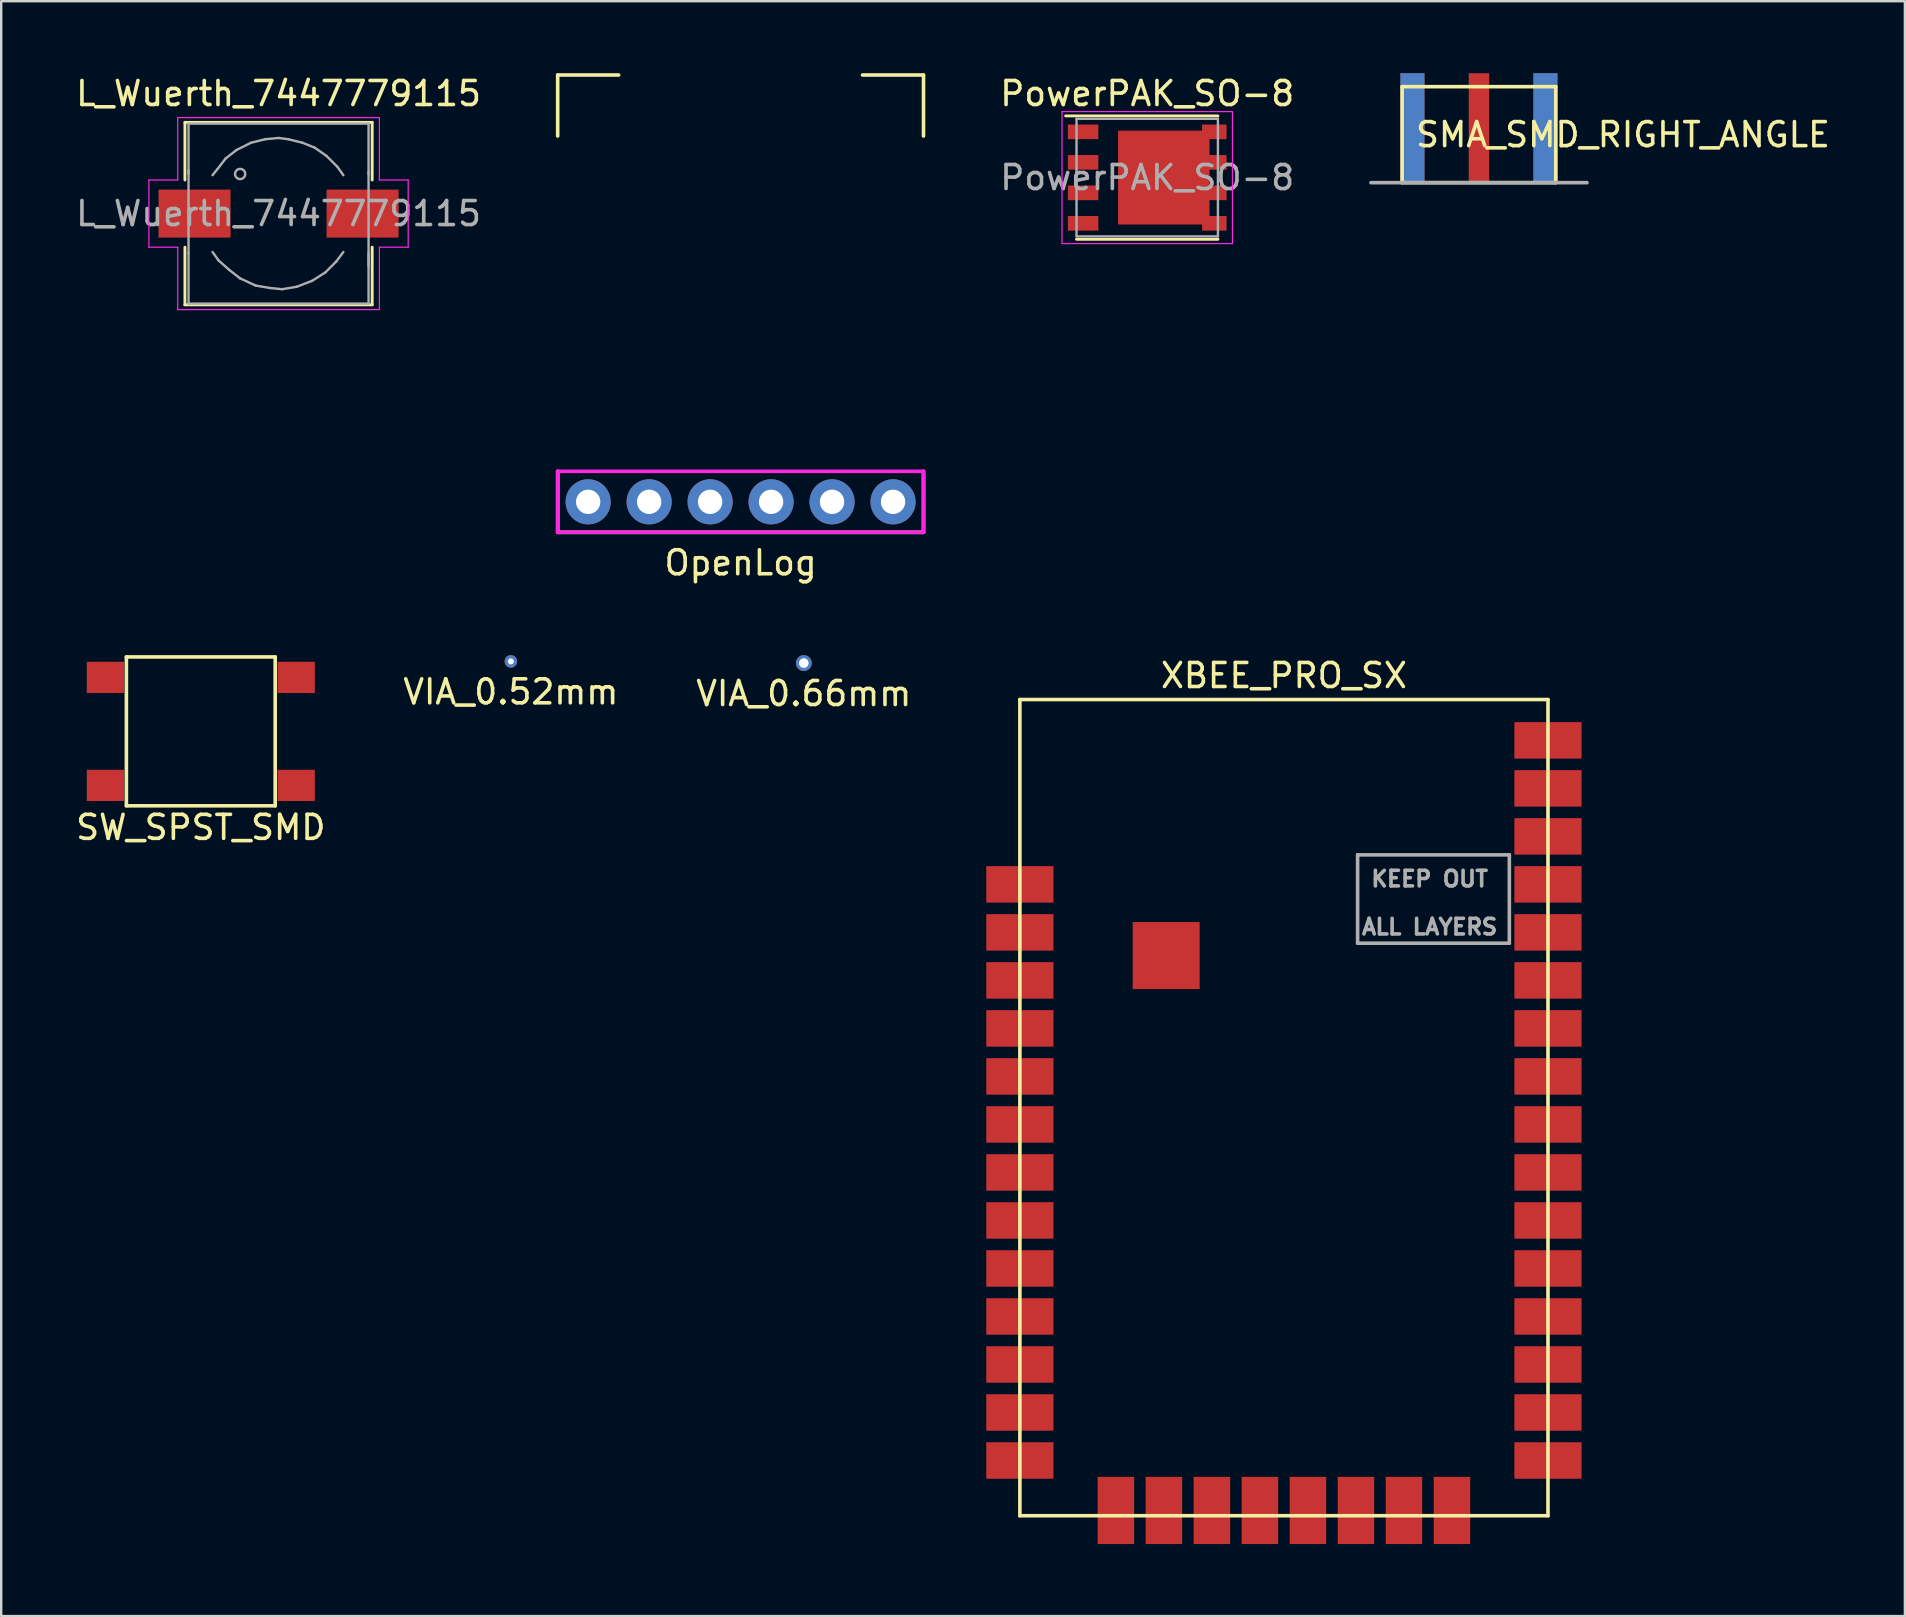
<source format=kicad_pcb>
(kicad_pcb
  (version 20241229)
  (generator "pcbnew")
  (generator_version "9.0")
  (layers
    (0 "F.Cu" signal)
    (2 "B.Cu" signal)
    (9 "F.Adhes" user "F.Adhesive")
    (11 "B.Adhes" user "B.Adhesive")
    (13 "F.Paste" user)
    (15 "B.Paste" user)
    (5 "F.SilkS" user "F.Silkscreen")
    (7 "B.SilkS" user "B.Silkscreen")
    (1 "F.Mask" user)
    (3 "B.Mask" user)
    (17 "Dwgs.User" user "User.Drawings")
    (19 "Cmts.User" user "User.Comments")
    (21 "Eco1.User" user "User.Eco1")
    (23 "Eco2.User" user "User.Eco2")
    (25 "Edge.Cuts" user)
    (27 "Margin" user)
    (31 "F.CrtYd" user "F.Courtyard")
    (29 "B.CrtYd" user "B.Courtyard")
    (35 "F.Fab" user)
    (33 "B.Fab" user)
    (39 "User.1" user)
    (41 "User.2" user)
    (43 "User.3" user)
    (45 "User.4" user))
  (footprint "VIA_0.52mm"
    (layer "F.Cu")
    (at 18.232 24.503)
    (property "Reference" "VIA_0.52mm" (at 0 1.27 0) (layer "F.SilkS") (effects (font (size 1 1) (thickness 0.15))))
    (attr through_hole)
    (pad "1" thru_hole circle (at 0 0) (size 0.52 0.52) (drill 0.25) (layers "*.Cu")))
  (footprint "SW_SPST_SMD"
    (layer "F.Cu")
    (at 5.315 27.418)
    (property "Reference" "SW_SPST_SMD" (at 0 4 0) (layer "F.SilkS") (effects (font (size 1 1) (thickness 0.15))))
    (attr through_hole)
    (fp_line (start -3.1 -3.1) (end 3.1 -3.1) (stroke (width 0.15) (type solid)) (layer "F.SilkS"))
    (fp_line (start -3.1 3.1) (end -3.1 -3.1) (stroke (width 0.15) (type solid)) (layer "F.SilkS"))
    (fp_line (start 3.1 -3.1) (end 3.1 3.1) (stroke (width 0.15) (type solid)) (layer "F.SilkS"))
    (fp_line (start 3.1 3.1) (end -3.1 3.1) (stroke (width 0.15) (type solid)) (layer "F.SilkS"))
    (pad "1" smd rect (at -3.975 -2.25) (size 1.55 1.3) (layers "F.Cu" "F.Mask" "F.Paste"))
    (pad "1" smd rect (at 3.975 -2.25) (size 1.55 1.3) (layers "F.Cu" "F.Mask" "F.Paste"))
    (pad "2" smd rect (at -3.975 2.25) (size 1.55 1.3) (layers "F.Cu" "F.Mask" "F.Paste"))
    (pad "2" smd rect (at 3.975 2.25) (size 1.55 1.3) (layers "F.Cu" "F.Mask" "F.Paste")))
  (footprint "XBEE_PRO_SX"
    (layer "F.Cu")
    (at 50.436 43.092)
    (property "Reference" "XBEE_PRO_SX" (at 0 -18 0) (layer "F.SilkS") (effects (font (size 1 1) (thickness 0.15))))
    (attr through_hole)
    (fp_line (start -11 -17) (end 11 -17) (stroke (width 0.15) (type solid)) (layer "F.SilkS"))
    (fp_line (start -11 17) (end -11 -17) (stroke (width 0.15) (type solid)) (layer "F.SilkS"))
    (fp_line (start 11 -17) (end 11 17) (stroke (width 0.15) (type solid)) (layer "F.SilkS"))
    (fp_line (start 11 17) (end -11 17) (stroke (width 0.15) (type solid)) (layer "F.SilkS"))
    (fp_line (start 3.07 -10.53) (end 3.07 -6.85) (stroke (width 0.15) (type solid)) (layer "F.Fab"))
    (fp_line (start 3.07 -6.85) (end 9.39 -6.85) (stroke (width 0.15) (type solid)) (layer "F.Fab"))
    (fp_line (start 9.39 -10.53) (end 3.07 -10.53) (stroke (width 0.15) (type solid)) (layer "F.Fab"))
    (fp_line (start 9.39 -6.85) (end 9.39 -10.53) (stroke (width 0.15) (type solid)) (layer "F.Fab"))
    (fp_text user "KEEP OUT" (at 6.07 -9.53 0) (layer "F.Fab") (effects (font (size 0.65 0.65) (thickness 0.15))))
    (fp_text user "ALL LAYERS" (at 6.07 -7.53 0) (layer "F.Fab") (effects (font (size 0.65 0.65) (thickness 0.15))))
    (pad "1" smd rect (at -11 -9.3) (size 2.8 1.52) (layers "F.Cu" "F.Mask" "F.Paste"))
    (pad "2" smd rect (at -11 -7.3) (size 2.8 1.52) (layers "F.Cu" "F.Mask" "F.Paste"))
    (pad "3" smd rect (at -11 -5.3) (size 2.8 1.52) (layers "F.Cu" "F.Mask" "F.Paste"))
    (pad "4" smd rect (at -11 -3.3) (size 2.8 1.52) (layers "F.Cu" "F.Mask" "F.Paste"))
    (pad "5" smd rect (at -11 -1.3) (size 2.8 1.52) (layers "F.Cu" "F.Mask" "F.Paste"))
    (pad "6" smd rect (at -11 0.7) (size 2.8 1.52) (layers "F.Cu" "F.Mask" "F.Paste"))
    (pad "7" smd rect (at -11 2.7) (size 2.8 1.52) (layers "F.Cu" "F.Mask" "F.Paste"))
    (pad "8" smd rect (at -11 4.7) (size 2.8 1.52) (layers "F.Cu" "F.Mask" "F.Paste"))
    (pad "9" smd rect (at -11 6.7) (size 2.8 1.52) (layers "F.Cu" "F.Mask" "F.Paste"))
    (pad "10" smd rect (at -11 8.7) (size 2.8 1.52) (layers "F.Cu" "F.Mask" "F.Paste"))
    (pad "11" smd rect (at -11 10.7) (size 2.8 1.52) (layers "F.Cu" "F.Mask" "F.Paste"))
    (pad "12" smd rect (at -11 12.7) (size 2.8 1.52) (layers "F.Cu" "F.Mask" "F.Paste"))
    (pad "13" smd rect (at -11 14.7) (size 2.8 1.52) (layers "F.Cu" "F.Mask" "F.Paste"))
    (pad "14" smd rect (at -7 16.78 90) (size 2.8 1.52) (layers "F.Cu" "F.Mask" "F.Paste"))
    (pad "15" smd rect (at -5 16.78 90) (size 2.8 1.52) (layers "F.Cu" "F.Mask" "F.Paste"))
    (pad "16" smd rect (at -3 16.78 90) (size 2.8 1.52) (layers "F.Cu" "F.Mask" "F.Paste"))
    (pad "17" smd rect (at -1 16.78 90) (size 2.8 1.52) (layers "F.Cu" "F.Mask" "F.Paste"))
    (pad "18" smd rect (at 1 16.78 90) (size 2.8 1.52) (layers "F.Cu" "F.Mask" "F.Paste"))
    (pad "19" smd rect (at 3 16.78 90) (size 2.8 1.52) (layers "F.Cu" "F.Mask" "F.Paste"))
    (pad "20" smd rect (at 5 16.78 90) (size 2.8 1.52) (layers "F.Cu" "F.Mask" "F.Paste"))
    (pad "21" smd rect (at 7 16.78 90) (size 2.8 1.52) (layers "F.Cu" "F.Mask" "F.Paste"))
    (pad "22" smd rect (at 11 14.7) (size 2.8 1.52) (layers "F.Cu" "F.Mask" "F.Paste"))
    (pad "23" smd rect (at 11 12.7) (size 2.8 1.52) (layers "F.Cu" "F.Mask" "F.Paste"))
    (pad "24" smd rect (at 11 10.7) (size 2.8 1.52) (layers "F.Cu" "F.Mask" "F.Paste"))
    (pad "25" smd rect (at 11 8.7) (size 2.8 1.52) (layers "F.Cu" "F.Mask" "F.Paste"))
    (pad "26" smd rect (at 11 6.7) (size 2.8 1.52) (layers "F.Cu" "F.Mask" "F.Paste"))
    (pad "27" smd rect (at 11 4.7) (size 2.8 1.52) (layers "F.Cu" "F.Mask" "F.Paste"))
    (pad "28" smd rect (at 11 2.7) (size 2.8 1.52) (layers "F.Cu" "F.Mask" "F.Paste"))
    (pad "29" smd rect (at 11 0.7) (size 2.8 1.52) (layers "F.Cu" "F.Mask" "F.Paste"))
    (pad "30" smd rect (at 11 -1.3) (size 2.8 1.52) (layers "F.Cu" "F.Mask" "F.Paste"))
    (pad "31" smd rect (at 11 -3.3) (size 2.8 1.52) (layers "F.Cu" "F.Mask" "F.Paste"))
    (pad "32" smd rect (at 11 -5.3) (size 2.8 1.52) (layers "F.Cu" "F.Mask" "F.Paste"))
    (pad "33" smd rect (at 11 -7.3) (size 2.8 1.52) (layers "F.Cu" "F.Mask" "F.Paste"))
    (pad "34" smd rect (at 11 -9.3) (size 2.8 1.52) (layers "F.Cu" "F.Mask" "F.Paste"))
    (pad "35" smd rect (at 11 -11.3) (size 2.8 1.52) (layers "F.Cu" "F.Mask" "F.Paste"))
    (pad "36" smd rect (at 11 -13.3) (size 2.8 1.52) (layers "F.Cu" "F.Mask" "F.Paste"))
    (pad "37" smd rect (at 11 -15.3) (size 2.8 1.52) (layers "F.Cu" "F.Mask" "F.Paste"))
    (pad "38" smd rect (at -4.905 -6.335) (size 2.79 2.79) (layers "F.Cu" "F.Mask" "F.Paste")))
  (footprint "L_Wuerth_7447779115"
    (layer "F.Cu")
    (at 8.554 5.848)
    (property "Reference" "L_Wuerth_7447779115" (at 0 -5 0) (layer "F.SilkS") (effects (font (size 1 1) (thickness 0.15))))
    (attr smd)
    (fp_line (start -3.9 -1.4) (end -3.9 -3.8) (stroke (width 0.12) (type solid)) (layer "F.SilkS"))
    (fp_line (start -3.9 1.4) (end -3.9 3.8) (stroke (width 0.12) (type solid)) (layer "F.SilkS"))
    (fp_line (start -3.9 3.8) (end 3.9 3.8) (stroke (width 0.12) (type solid)) (layer "F.SilkS"))
    (fp_line (start 3.9 -3.8) (end -3.9 -3.8) (stroke (width 0.12) (type solid)) (layer "F.SilkS"))
    (fp_line (start 3.9 -1.4) (end 3.9 -3.8) (stroke (width 0.12) (type solid)) (layer "F.SilkS"))
    (fp_line (start 3.9 3.8) (end 3.9 1.4) (stroke (width 0.12) (type solid)) (layer "F.SilkS"))
    (fp_line (start -5.4 -1.4) (end -5.4 1.4) (stroke (width 0.05) (type solid)) (layer "F.CrtYd"))
    (fp_line (start -5.4 1.4) (end -4.2 1.4) (stroke (width 0.05) (type solid)) (layer "F.CrtYd"))
    (fp_line (start -4.2 -4) (end -4.2 -1.4) (stroke (width 0.05) (type solid)) (layer "F.CrtYd"))
    (fp_line (start -4.2 -1.4) (end -5.4 -1.4) (stroke (width 0.05) (type solid)) (layer "F.CrtYd"))
    (fp_line (start -4.2 1.4) (end -4.2 4) (stroke (width 0.05) (type solid)) (layer "F.CrtYd"))
    (fp_line (start -4.2 4) (end 4.2 4) (stroke (width 0.05) (type solid)) (layer "F.CrtYd"))
    (fp_line (start 4.2 -4) (end -4.2 -4) (stroke (width 0.05) (type solid)) (layer "F.CrtYd"))
    (fp_line (start 4.2 -1.4) (end 4.2 -4) (stroke (width 0.05) (type solid)) (layer "F.CrtYd"))
    (fp_line (start 4.2 1.4) (end 5.4 1.4) (stroke (width 0.05) (type solid)) (layer "F.CrtYd"))
    (fp_line (start 4.2 4) (end 4.2 1.4) (stroke (width 0.05) (type solid)) (layer "F.CrtYd"))
    (fp_line (start 5.4 -1.4) (end 4.2 -1.4) (stroke (width 0.05) (type solid)) (layer "F.CrtYd"))
    (fp_line (start 5.4 1.4) (end 5.4 -1.4) (stroke (width 0.05) (type solid)) (layer "F.CrtYd"))
    (fp_line (start -3.75 -3.75) (end -3.75 -1.65) (stroke (width 0.1) (type solid)) (layer "F.Fab"))
    (fp_line (start -3.75 1.65) (end -3.75 -1.8) (stroke (width 0.1) (type solid)) (layer "F.Fab"))
    (fp_line (start -3.75 1.65) (end -3.75 3.75) (stroke (width 0.1) (type solid)) (layer "F.Fab"))
    (fp_line (start -3.75 3.75) (end 3.75 3.75) (stroke (width 0.1) (type solid)) (layer "F.Fab"))
    (fp_line (start -2.75 1.6) (end -2.5 1.95) (stroke (width 0.1) (type solid)) (layer "F.Fab"))
    (fp_line (start -2.55 -1.85) (end -2.75 -1.6) (stroke (width 0.1) (type solid)) (layer "F.Fab"))
    (fp_line (start -2.5 1.95) (end -2.05 2.35) (stroke (width 0.1) (type solid)) (layer "F.Fab"))
    (fp_line (start -2.2 -2.3) (end -2.55 -1.85) (stroke (width 0.1) (type solid)) (layer "F.Fab"))
    (fp_line (start -2.05 2.35) (end -1.6 2.7) (stroke (width 0.1) (type solid)) (layer "F.Fab"))
    (fp_line (start -1.75 -2.65) (end -2.2 -2.3) (stroke (width 0.1) (type solid)) (layer "F.Fab"))
    (fp_line (start -1.6 2.7) (end -0.95 3) (stroke (width 0.1) (type solid)) (layer "F.Fab"))
    (fp_line (start -1.15 -2.95) (end -1.75 -2.65) (stroke (width 0.1) (type solid)) (layer "F.Fab"))
    (fp_line (start -0.95 3) (end -0.35 3.1) (stroke (width 0.1) (type solid)) (layer "F.Fab"))
    (fp_line (start -0.55 -3.1) (end -1.15 -2.95) (stroke (width 0.1) (type solid)) (layer "F.Fab"))
    (fp_line (start -0.35 3.1) (end 0.15 3.15) (stroke (width 0.1) (type solid)) (layer "F.Fab"))
    (fp_line (start 0 -3.15) (end -0.55 -3.1) (stroke (width 0.1) (type solid)) (layer "F.Fab"))
    (fp_line (start 0.15 3.15) (end 0.75 3.05) (stroke (width 0.1) (type solid)) (layer "F.Fab"))
    (fp_line (start 0.4 -3.1) (end 0 -3.15) (stroke (width 0.1) (type solid)) (layer "F.Fab"))
    (fp_line (start 0.75 3.05) (end 1.4 2.8) (stroke (width 0.1) (type solid)) (layer "F.Fab"))
    (fp_line (start 1 -2.95) (end 0.4 -3.1) (stroke (width 0.1) (type solid)) (layer "F.Fab"))
    (fp_line (start 1.4 2.8) (end 1.95 2.45) (stroke (width 0.1) (type solid)) (layer "F.Fab"))
    (fp_line (start 1.5 -2.75) (end 1 -2.95) (stroke (width 0.1) (type solid)) (layer "F.Fab"))
    (fp_line (start 1.95 2.45) (end 2.4 2) (stroke (width 0.1) (type solid)) (layer "F.Fab"))
    (fp_line (start 2 -2.4) (end 1.5 -2.75) (stroke (width 0.1) (type solid)) (layer "F.Fab"))
    (fp_line (start 2.4 2) (end 2.7 1.6) (stroke (width 0.1) (type solid)) (layer "F.Fab"))
    (fp_line (start 2.45 -1.95) (end 2 -2.4) (stroke (width 0.1) (type solid)) (layer "F.Fab"))
    (fp_line (start 2.7 -1.6) (end 2.45 -1.95) (stroke (width 0.1) (type solid)) (layer "F.Fab"))
    (fp_line (start 3.75 -3.75) (end -3.75 -3.75) (stroke (width 0.1) (type solid)) (layer "F.Fab"))
    (fp_line (start 3.75 -3.75) (end 3.75 -1.65) (stroke (width 0.1) (type solid)) (layer "F.Fab"))
    (fp_line (start 3.75 -1.75) (end 3.75 2.2) (stroke (width 0.1) (type solid)) (layer "F.Fab"))
    (fp_line (start 3.75 3.75) (end 3.75 1.65) (stroke (width 0.1) (type solid)) (layer "F.Fab"))
    (fp_circle (center -1.6 -1.65) (end -1.45 -1.5) (stroke (width 0.1) (type solid)) (fill no) (layer "F.Fab"))
    (fp_text user "${REFERENCE}" (at 0 0 0) (layer "F.Fab") (effects (font (size 1 1) (thickness 0.15))))
    (pad "1" smd rect (at -3.5 0) (size 3 2) (layers "F.Cu" "F.Mask" "F.Paste"))
    (pad "2" smd rect (at 3.5 0) (size 3 2) (layers "F.Cu" "F.Mask" "F.Paste")))
  (footprint "VIA_0.66mm"
    (layer "F.Cu")
    (at 30.435 24.573)
    (property "Reference" "VIA_0.66mm" (at 0 1.27 0) (layer "F.SilkS") (effects (font (size 1 1) (thickness 0.15))))
    (attr through_hole)
    (pad "1" thru_hole circle (at 0 0) (size 0.66 0.66) (drill 0.4) (layers "*.Cu")))
  (footprint "SMA_SMD_RIGHT_ANGLE"
    (layer "F.Cu")
    (at 58.56 4.56)
    (property "Reference" "SMA_SMD_RIGHT_ANGLE" (at 6 -2 0) (layer "F.SilkS") (effects (font (size 1 1) (thickness 0.15))))
    (attr through_hole)
    (fp_line (start -3.2 -4) (end -3.2 0) (stroke (width 0.15) (type solid)) (layer "F.SilkS"))
    (fp_line (start -3.2 0) (end 3.2 0) (stroke (width 0.15) (type solid)) (layer "F.SilkS"))
    (fp_line (start 3.2 -4) (end -3.2 -4) (stroke (width 0.15) (type solid)) (layer "F.SilkS"))
    (fp_line (start 3.2 0) (end 3.2 -4) (stroke (width 0.15) (type solid)) (layer "F.SilkS"))
    (fp_line (start -4.5 0) (end 4.5 0) (stroke (width 0.15) (type solid)) (layer "F.Fab"))
    (pad "1" smd rect (at 0 0) (size 0.85 4.56) (drill (offset 0 -2.28)) (layers "F.Cu" "F.Mask" "F.Paste"))
    (pad "2" smd rect (at -2.77 0) (size 1 4.56) (drill (offset 0 -2.28)) (layers "F.Cu" "F.Mask" "F.Paste"))
    (pad "2" smd rect (at -2.77 0) (size 1 4.56) (drill (offset 0 -2.28)) (layers "B.Cu" "B.Mask" "B.Paste"))
    (pad "2" smd rect (at 2.77 0) (size 1 4.56) (drill (offset 0 -2.28)) (layers "F.Cu" "F.Mask" "F.Paste"))
    (pad "2" smd rect (at 2.77 0) (size 1 4.56) (drill (offset 0 -2.28)) (layers "B.Cu" "B.Mask" "B.Paste")))
  (footprint "PowerPAK_SO-8"
    (layer "F.Cu")
    (at 44.741 4.348)
    (property "Reference" "PowerPAK_SO-8" (at 0 -3.5 0) (layer "F.SilkS") (effects (font (size 1 1) (thickness 0.15))))
    (attr smd)
    (fp_line (start -3.4 -2.57) (end 2.945 -2.57) (stroke (width 0.12) (type solid)) (layer "F.SilkS"))
    (fp_line (start -2.945 2.57) (end 2.945 2.57) (stroke (width 0.12) (type solid)) (layer "F.SilkS"))
    (fp_line (start -3.55 -2.75) (end -3.55 2.75) (stroke (width 0.05) (type solid)) (layer "F.CrtYd"))
    (fp_line (start -3.55 -2.75) (end 3.55 -2.75) (stroke (width 0.05) (type solid)) (layer "F.CrtYd"))
    (fp_line (start -3.55 2.75) (end 3.55 2.75) (stroke (width 0.05) (type solid)) (layer "F.CrtYd"))
    (fp_line (start 3.55 -2.75) (end 3.55 2.75) (stroke (width 0.05) (type solid)) (layer "F.CrtYd"))
    (fp_line (start -2.945 -2.45) (end 2.945 -2.45) (stroke (width 0.1) (type solid)) (layer "F.Fab"))
    (fp_line (start -2.945 2.45) (end -2.945 -2.45) (stroke (width 0.1) (type solid)) (layer "F.Fab"))
    (fp_line (start 2.945 -2.45) (end 2.945 2.45) (stroke (width 0.1) (type solid)) (layer "F.Fab"))
    (fp_line (start 2.945 2.45) (end -2.945 2.45) (stroke (width 0.1) (type solid)) (layer "F.Fab"))
    (fp_text user "${REFERENCE}" (at 0 0 0) (layer "F.Fab") (effects (font (size 1 1) (thickness 0.15))))
    (pad "1" smd rect (at 0.69 0) (size 3.81 3.91) (layers "F.Cu" "F.Mask" "F.Paste"))
    (pad "1" smd rect (at 2.795 -1.905) (size 1.02 0.61) (layers "F.Cu" "F.Mask" "F.Paste"))
    (pad "1" smd rect (at 2.795 -0.635) (size 1.02 0.61) (layers "F.Cu" "F.Mask" "F.Paste"))
    (pad "1" smd rect (at 2.795 0.635) (size 1.02 0.61) (layers "F.Cu" "F.Mask" "F.Paste"))
    (pad "1" smd rect (at 2.795 1.905) (size 1.02 0.61) (layers "F.Cu" "F.Mask" "F.Paste"))
    (pad "2" smd rect (at -2.67 1.905) (size 1.27 0.61) (layers "F.Cu" "F.Mask" "F.Paste"))
    (pad "3" smd rect (at -2.67 -1.905) (size 1.27 0.61) (layers "F.Cu" "F.Mask" "F.Paste"))
    (pad "3" smd rect (at -2.67 -0.635) (size 1.27 0.61) (layers "F.Cu" "F.Mask" "F.Paste"))
    (pad "3" smd rect (at -2.67 0.635) (size 1.27 0.61) (layers "F.Cu" "F.Mask" "F.Paste")))
  (footprint "OpenLog"
    (layer "F.Cu")
    (at 27.802 9.6)
    (property "Reference" "OpenLog" (at 0 10.795 0) (layer "F.SilkS") (effects (font (size 1 1) (thickness 0.15))))
    (attr through_hole)
    (fp_line (start -7.62 -9.525) (end -5.08 -9.525) (stroke (width 0.15) (type solid)) (layer "F.SilkS"))
    (fp_line (start -7.62 -6.985) (end -7.62 -9.525) (stroke (width 0.15) (type solid)) (layer "F.SilkS"))
    (fp_line (start -7.62 9.525) (end -7.62 6.985) (stroke (width 0.15) (type solid)) (layer "F.SilkS"))
    (fp_line (start 5.08 -9.525) (end 7.62 -9.525) (stroke (width 0.15) (type solid)) (layer "F.SilkS"))
    (fp_line (start 7.62 -9.525) (end 7.62 -6.985) (stroke (width 0.15) (type solid)) (layer "F.SilkS"))
    (fp_line (start 7.62 6.985) (end 7.62 9.525) (stroke (width 0.15) (type solid)) (layer "F.SilkS"))
    (fp_line (start 7.62 9.525) (end -7.62 9.525) (stroke (width 0.15) (type solid)) (layer "F.SilkS"))
    (fp_line (start -7.62 6.985) (end -7.62 9.525) (stroke (width 0.15) (type solid)) (layer "F.CrtYd"))
    (fp_line (start -7.62 9.525) (end 7.62 9.525) (stroke (width 0.15) (type solid)) (layer "F.CrtYd"))
    (fp_line (start 7.62 6.985) (end -7.62 6.985) (stroke (width 0.15) (type solid)) (layer "F.CrtYd"))
    (fp_line (start 7.62 9.525) (end 7.62 6.985) (stroke (width 0.15) (type solid)) (layer "F.CrtYd"))
    (pad "1" thru_hole circle (at -6.35 8.255) (size 1.88 1.88) (drill 1.016) (layers "*.Cu" "*.Mask"))
    (pad "2" thru_hole circle (at -3.81 8.255) (size 1.88 1.88) (drill 1.016) (layers "*.Cu" "*.Mask"))
    (pad "3" thru_hole circle (at -1.27 8.255) (size 1.88 1.88) (drill 1.016) (layers "*.Cu" "*.Mask"))
    (pad "4" thru_hole circle (at 1.27 8.255) (size 1.88 1.88) (drill 1.016) (layers "*.Cu" "*.Mask"))
    (pad "5" thru_hole circle (at 3.81 8.255) (size 1.88 1.88) (drill 1.016) (layers "*.Cu" "*.Mask"))
    (pad "6" thru_hole circle (at 6.35 8.255) (size 1.88 1.88) (drill 1.016) (layers "*.Cu" "*.Mask")))
  (gr_rect
    (start -3 -3)
    (end 76.304 64.272)
    (stroke (width 0.1) (type default))
    (fill no)
    (layer "Edge.Cuts")))
</source>
